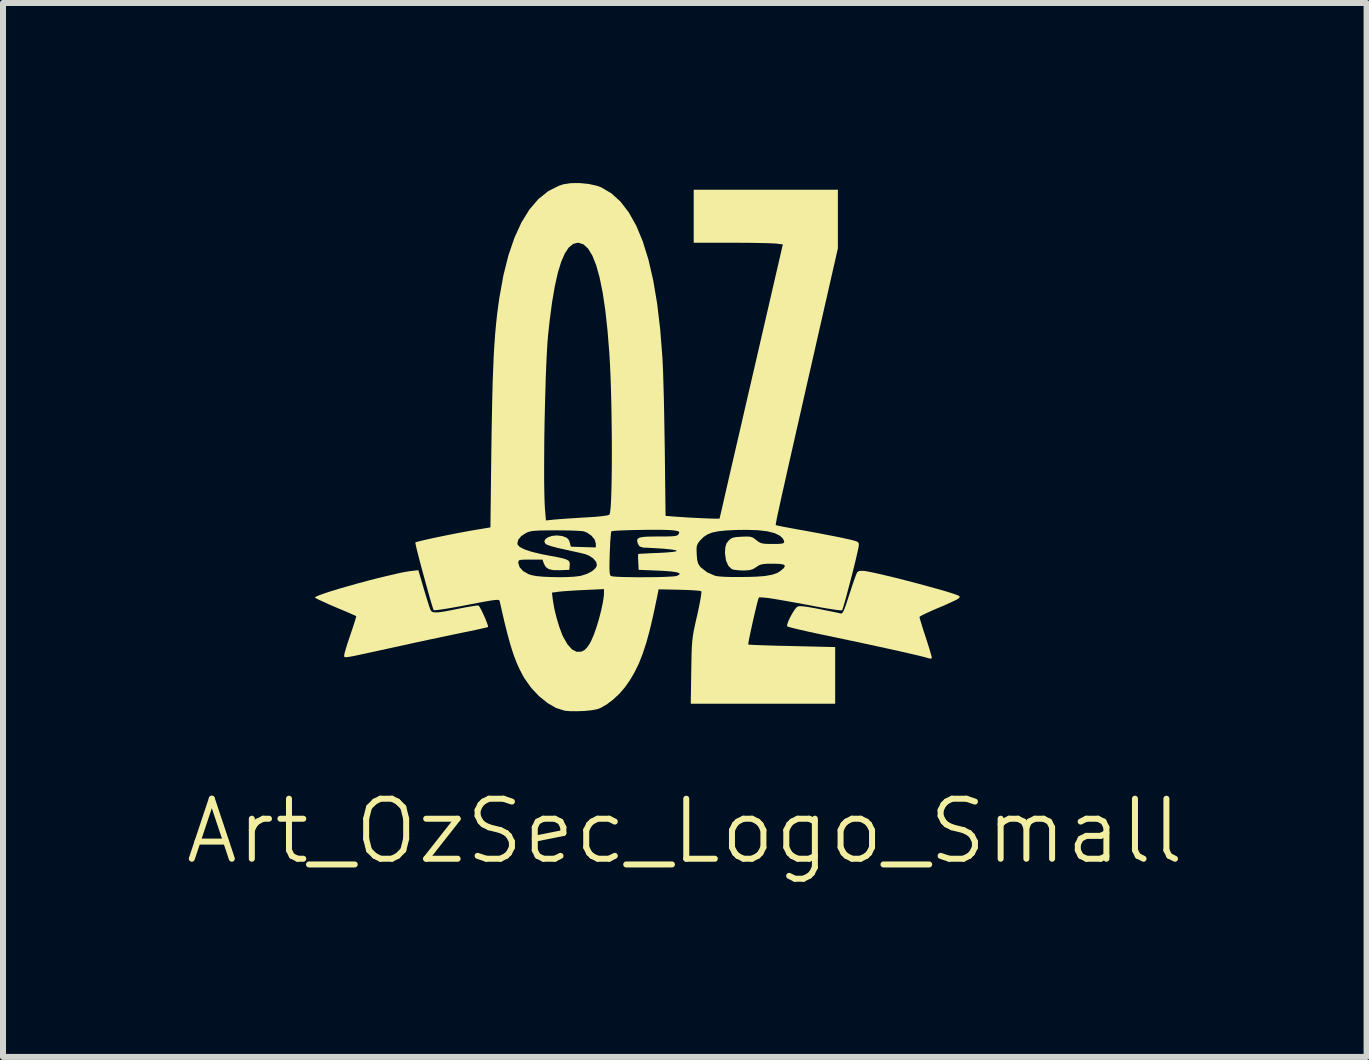
<source format=kicad_pcb>
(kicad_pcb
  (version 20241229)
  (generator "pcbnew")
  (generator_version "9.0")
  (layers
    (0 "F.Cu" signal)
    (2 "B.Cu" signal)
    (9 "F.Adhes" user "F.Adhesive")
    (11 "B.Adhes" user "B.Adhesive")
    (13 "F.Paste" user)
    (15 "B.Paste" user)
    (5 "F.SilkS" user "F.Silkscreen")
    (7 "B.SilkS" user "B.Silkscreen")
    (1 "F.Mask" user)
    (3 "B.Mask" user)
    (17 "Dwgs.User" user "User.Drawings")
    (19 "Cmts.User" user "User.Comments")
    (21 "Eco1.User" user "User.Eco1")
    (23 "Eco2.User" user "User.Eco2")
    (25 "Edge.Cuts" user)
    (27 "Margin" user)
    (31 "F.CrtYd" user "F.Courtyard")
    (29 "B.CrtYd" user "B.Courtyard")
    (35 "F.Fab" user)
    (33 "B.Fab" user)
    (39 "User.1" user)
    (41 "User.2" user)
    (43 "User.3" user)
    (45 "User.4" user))
  (footprint "Art_OzSec_Logo_Small"
    (layer "F.Cu")
    (at 8.28 5.43)
    (property "Reference" "Art_OzSec_Logo_Small" (at 0.08 5.37 0) (unlocked yes) (layer "F.SilkS") (effects (font (size 1 1) (thickness 0.1))))
    (attr smd)
    (fp_poly (pts (xy -4.271 1.323) (xy -4.237 1.437) (xy -4.205 1.54) (xy -4.179 1.621) (xy -4.162 1.67) (xy -4.16 1.676) (xy -4.144 1.702) (xy -4.119 1.718) (xy -4.078 1.724) (xy -4.016 1.721) (xy -3.926 1.708) (xy -3.802 1.685) (xy -3.691 1.662) (xy -3.577 1.64) (xy -3.479 1.623) (xy -3.404 1.611) (xy -3.363 1.608) (xy -3.358 1.608) (xy -3.34 1.631) (xy -3.311 1.682) (xy -3.278 1.752) (xy -3.244 1.827) (xy -3.217 1.895) (xy -3.2 1.946) (xy -3.199 1.967) (xy -3.222 1.974) (xy -3.284 1.988) (xy -3.376 2.009) (xy -3.493 2.034) (xy -3.627 2.061) (xy -3.659 2.068) (xy -3.805 2.098) (xy -3.983 2.136) (xy -4.183 2.178) (xy -4.394 2.223) (xy -4.603 2.269) (xy -4.79 2.31) (xy -5.001 2.356) (xy -5.171 2.393) (xy -5.305 2.422) (xy -5.408 2.444) (xy -5.483 2.459) (xy -5.535 2.467) (xy -5.568 2.47) (xy -5.587 2.468) (xy -5.594 2.461) (xy -5.596 2.452) (xy -5.595 2.439) (xy -5.595 2.436) (xy -5.588 2.399) (xy -5.568 2.329) (xy -5.539 2.235) (xy -5.502 2.125) (xy -5.491 2.092) (xy -5.454 1.983) (xy -5.424 1.891) (xy -5.404 1.824) (xy -5.395 1.788) (xy -5.395 1.785) (xy -5.417 1.775) (xy -5.474 1.75) (xy -5.558 1.713) (xy -5.663 1.669) (xy -5.736 1.638) (xy -5.851 1.589) (xy -5.949 1.544) (xy -6.026 1.509) (xy -6.072 1.484) (xy -6.083 1.477) (xy -6.068 1.462) (xy -6.014 1.438) (xy -5.928 1.407) (xy -5.815 1.37) (xy -5.681 1.329) (xy -5.531 1.286) (xy -5.371 1.241) (xy -5.208 1.197) (xy -5.045 1.155) (xy -4.89 1.117) (xy -4.748 1.084) (xy -4.625 1.057) (xy -4.526 1.04) (xy -4.489 1.035) (xy -4.36 1.02)) (stroke (width 0) (type solid)) (fill yes) (layer "F.SilkS"))
    (fp_poly (pts (xy 3.082 1.034) (xy 3.16 1.048) (xy 3.274 1.072) (xy 3.416 1.105) (xy 3.578 1.144) (xy 3.751 1.188) (xy 3.929 1.234) (xy 4.103 1.281) (xy 4.266 1.326) (xy 4.41 1.367) (xy 4.526 1.403) (xy 4.607 1.43) (xy 4.611 1.432) (xy 4.654 1.452) (xy 4.659 1.471) (xy 4.645 1.488) (xy 4.613 1.508) (xy 4.548 1.54) (xy 4.457 1.582) (xy 4.35 1.629) (xy 4.301 1.649) (xy 4.192 1.696) (xy 4.1 1.738) (xy 4.031 1.772) (xy 3.994 1.794) (xy 3.99 1.8) (xy 3.996 1.828) (xy 4.015 1.891) (xy 4.042 1.98) (xy 4.077 2.087) (xy 4.092 2.133) (xy 4.128 2.246) (xy 4.159 2.344) (xy 4.181 2.42) (xy 4.193 2.464) (xy 4.194 2.471) (xy 4.19 2.49) (xy 4.17 2.494) (xy 4.124 2.483) (xy 4.092 2.473) (xy 4.035 2.458) (xy 3.939 2.435) (xy 3.81 2.405) (xy 3.652 2.369) (xy 3.472 2.329) (xy 3.275 2.286) (xy 3.066 2.241) (xy 2.85 2.195) (xy 2.634 2.149) (xy 2.462 2.113) (xy 2.295 2.078) (xy 2.142 2.045) (xy 2.01 2.015) (xy 1.903 1.99) (xy 1.827 1.97) (xy 1.789 1.958) (xy 1.785 1.956) (xy 1.785 1.927) (xy 1.803 1.873) (xy 1.835 1.804) (xy 1.874 1.733) (xy 1.914 1.672) (xy 1.949 1.632) (xy 1.956 1.627) (xy 1.986 1.62) (xy 2.04 1.621) (xy 2.125 1.632) (xy 2.245 1.653) (xy 2.318 1.667) (xy 2.436 1.691) (xy 2.541 1.712) (xy 2.622 1.729) (xy 2.671 1.74) (xy 2.68 1.742) (xy 2.697 1.739) (xy 2.715 1.717) (xy 2.737 1.671) (xy 2.765 1.595) (xy 2.802 1.483) (xy 2.824 1.417) (xy 2.862 1.299) (xy 2.897 1.195) (xy 2.927 1.113) (xy 2.948 1.062) (xy 2.954 1.051) (xy 2.991 1.032) (xy 3.059 1.031)) (stroke (width 0) (type solid)) (fill yes) (layer "F.SilkS"))
    (fp_poly (pts (xy -1.52 -5.415) (xy -1.383 -5.384) (xy -1.312 -5.358) (xy -1.144 -5.259) (xy -0.991 -5.12) (xy -0.853 -4.94) (xy -0.729 -4.719) (xy -0.62 -4.457) (xy -0.526 -4.153) (xy -0.446 -3.807) (xy -0.381 -3.42) (xy -0.33 -2.99) (xy -0.293 -2.517) (xy -0.292 -2.498) (xy -0.287 -2.39) (xy -0.281 -2.244) (xy -0.276 -2.065) (xy -0.27 -1.862) (xy -0.265 -1.64) (xy -0.261 -1.407) (xy -0.257 -1.169) (xy -0.254 -0.988) (xy -0.241 0.115) (xy -0.08 0.128) (xy 0.027 0.135) (xy 0.146 0.143) (xy 0.27 0.149) (xy 0.389 0.155) (xy 0.496 0.159) (xy 0.582 0.162) (xy 0.639 0.162) (xy 0.659 0.16) (xy 0.664 0.138) (xy 0.679 0.074) (xy 0.703 -0.028) (xy 0.734 -0.166) (xy 0.773 -0.336) (xy 0.819 -0.536) (xy 0.871 -0.762) (xy 0.929 -1.012) (xy 0.992 -1.283) (xy 1.058 -1.571) (xy 1.128 -1.875) (xy 1.187 -2.128) (xy 1.713 -4.408) (xy 1.599 -4.422) (xy 1.547 -4.425) (xy 1.456 -4.429) (xy 1.334 -4.431) (xy 1.189 -4.434) (xy 1.027 -4.435) (xy 0.857 -4.436) (xy 0.228 -4.436) (xy 0.228 -4.878) (xy 0.228 -5.319) (xy 1.429 -5.319) (xy 2.63 -5.319) (xy 2.63 -4.83) (xy 2.63 -4.341) (xy 2.291 -2.853) (xy 2.191 -2.412) (xy 2.1 -2.014) (xy 2.019 -1.655) (xy 1.946 -1.334) (xy 1.882 -1.05) (xy 1.825 -0.8) (xy 1.776 -0.582) (xy 1.734 -0.394) (xy 1.698 -0.235) (xy 1.669 -0.101) (xy 1.645 0.008) (xy 1.626 0.095) (xy 1.612 0.162) (xy 1.603 0.211) (xy 1.597 0.244) (xy 1.594 0.263) (xy 1.595 0.269) (xy 1.619 0.275) (xy 1.68 0.288) (xy 1.772 0.306) (xy 1.888 0.327) (xy 2.022 0.352) (xy 2.043 0.355) (xy 2.2 0.384) (xy 2.362 0.414) (xy 2.515 0.444) (xy 2.648 0.47) (xy 2.732 0.488) (xy 2.84 0.512) (xy 2.911 0.53) (xy 2.953 0.545) (xy 2.973 0.562) (xy 2.979 0.584) (xy 2.979 0.608) (xy 2.972 0.648) (xy 2.956 0.722) (xy 2.933 0.823) (xy 2.904 0.943) (xy 2.871 1.074) (xy 2.836 1.209) (xy 2.801 1.341) (xy 2.769 1.462) (xy 2.74 1.564) (xy 2.718 1.64) (xy 2.703 1.682) (xy 2.7 1.688) (xy 2.674 1.689) (xy 2.61 1.682) (xy 2.515 1.668) (xy 2.396 1.649) (xy 2.26 1.624) (xy 2.209 1.614) (xy 1.957 1.567) (xy 1.745 1.529) (xy 1.575 1.5) (xy 1.446 1.481) (xy 1.36 1.473) (xy 1.318 1.474) (xy 1.314 1.476) (xy 1.304 1.502) (xy 1.287 1.562) (xy 1.266 1.649) (xy 1.241 1.754) (xy 1.215 1.867) (xy 1.19 1.98) (xy 1.168 2.084) (xy 1.15 2.172) (xy 1.139 2.232) (xy 1.137 2.259) (xy 1.137 2.259) (xy 1.162 2.261) (xy 1.225 2.265) (xy 1.324 2.269) (xy 1.451 2.273) (xy 1.601 2.278) (xy 1.77 2.282) (xy 1.866 2.284) (xy 2.585 2.301) (xy 2.585 2.773) (xy 2.585 3.245) (xy 1.382 3.245) (xy 0.179 3.245) (xy 0.187 2.707) (xy 0.19 2.536) (xy 0.193 2.401) (xy 0.197 2.293) (xy 0.204 2.202) (xy 0.214 2.118) (xy 0.228 2.033) (xy 0.248 1.938) (xy 0.274 1.822) (xy 0.284 1.779) (xy 0.312 1.652) (xy 0.334 1.54) (xy 0.349 1.451) (xy 0.357 1.392) (xy 0.355 1.371) (xy 0.328 1.364) (xy 0.263 1.358) (xy 0.17 1.352) (xy 0.056 1.348) (xy -0.009 1.346) (xy -0.357 1.339) (xy -0.383 1.471) (xy -0.444 1.76) (xy -0.502 2.01) (xy -0.561 2.226) (xy -0.622 2.412) (xy -0.686 2.575) (xy -0.757 2.72) (xy -0.835 2.853) (xy -0.918 2.971) (xy -1.009 3.077) (xy -1.115 3.176) (xy -1.225 3.259) (xy -1.327 3.317) (xy -1.376 3.335) (xy -1.468 3.353) (xy -1.586 3.365) (xy -1.714 3.37) (xy -1.834 3.369) (xy -1.929 3.36) (xy -1.929 3.359) (xy -2.067 3.315) (xy -2.209 3.232) (xy -2.349 3.119) (xy -2.479 2.981) (xy -2.59 2.825) (xy -2.617 2.779) (xy -2.673 2.671) (xy -2.725 2.556) (xy -2.774 2.426) (xy -2.822 2.276) (xy -2.871 2.1) (xy -2.923 1.894) (xy -2.979 1.65) (xy -3.001 1.553) (xy -3.004 1.537) (xy -3.01 1.524) (xy -3.022 1.517) (xy -3.047 1.514) (xy -3.088 1.517) (xy -3.151 1.526) (xy -3.241 1.541) (xy -3.363 1.564) (xy -3.521 1.594) (xy -3.635 1.616) (xy -3.773 1.641) (xy -3.895 1.662) (xy -3.995 1.677) (xy -4.066 1.686) (xy -4.101 1.687) (xy -4.104 1.686) (xy -4.114 1.661) (xy -4.134 1.599) (xy -4.161 1.508) (xy -4.193 1.395) (xy -4.193 1.394) (xy -2.134 1.394) (xy -2.12 1.51) (xy -2.096 1.653) (xy -2.058 1.811) (xy -2.011 1.967) (xy -1.961 2.1) (xy -1.95 2.124) (xy -1.877 2.253) (xy -1.801 2.339) (xy -1.723 2.38) (xy -1.643 2.377) (xy -1.589 2.349) (xy -1.549 2.308) (xy -1.505 2.244) (xy -1.485 2.207) (xy -1.439 2.104) (xy -1.393 1.974) (xy -1.35 1.832) (xy -1.313 1.688) (xy -1.285 1.555) (xy -1.269 1.445) (xy -1.267 1.405) (xy -1.267 1.335) (xy -1.592 1.35) (xy -1.719 1.356) (xy -1.84 1.364) (xy -1.942 1.371) (xy -2.014 1.378) (xy -2.025 1.379) (xy -2.134 1.394) (xy -4.193 1.394) (xy -4.228 1.268) (xy -4.265 1.133) (xy -4.302 0.997) (xy -4.336 0.868) (xy -4.366 0.753) (xy -4.39 0.658) (xy -4.405 0.591) (xy -4.407 0.578) (xy -2.71 0.578) (xy -2.707 0.592) (xy -2.672 0.632) (xy -2.593 0.673) (xy -2.473 0.713) (xy -2.312 0.752) (xy -2.179 0.778) (xy -2.046 0.802) (xy -1.952 0.823) (xy -1.891 0.842) (xy -1.855 0.864) (xy -1.839 0.891) (xy -1.837 0.925) (xy -1.838 0.941) (xy -1.845 1.014) (xy -1.997 1.02) (xy -2.11 1.019) (xy -2.188 1.002) (xy -2.238 0.966) (xy -2.268 0.91) (xy -2.291 0.844) (xy -2.493 0.844) (xy -2.589 0.844) (xy -2.648 0.847) (xy -2.68 0.855) (xy -2.692 0.871) (xy -2.695 0.896) (xy -2.695 0.899) (xy -2.673 0.97) (xy -2.614 1.035) (xy -2.523 1.086) (xy -2.479 1.101) (xy -2.401 1.117) (xy -2.29 1.128) (xy -2.158 1.134) (xy -2.018 1.137) (xy -1.881 1.135) (xy -1.759 1.128) (xy -1.665 1.116) (xy -1.654 1.114) (xy -1.551 1.082) (xy -1.465 1.037) (xy -1.406 0.984) (xy -1.405 0.982) (xy -1.176 0.982) (xy -1.173 1.05) (xy -1.167 1.091) (xy -1.157 1.113) (xy -1.151 1.117) (xy -1.118 1.124) (xy -1.047 1.13) (xy -0.947 1.134) (xy -0.826 1.136) (xy -0.692 1.138) (xy -0.552 1.137) (xy -0.415 1.136) (xy -0.289 1.133) (xy -0.181 1.128) (xy -0.101 1.123) (xy -0.055 1.116) (xy -0.053 1.115) (xy -0.009 1.092) (xy -0.009 1.072) (xy -0.052 1.055) (xy -0.14 1.042) (xy -0.272 1.032) (xy -0.366 1.027) (xy -0.689 1.014) (xy -0.696 0.883) (xy -0.699 0.813) (xy -0.698 0.764) (xy -0.696 0.75) (xy -0.672 0.747) (xy -0.611 0.744) (xy -0.522 0.739) (xy -0.412 0.734) (xy -0.372 0.733) (xy -0.226 0.725) (xy -0.124 0.716) (xy -0.067 0.706) (xy -0.053 0.696) (xy -0.082 0.685) (xy -0.153 0.674) (xy -0.205 0.669) (xy 0.275 0.669) (xy 0.278 0.753) (xy 0.278 0.756) (xy 0.286 0.848) (xy 0.302 0.909) (xy 0.329 0.954) (xy 0.342 0.969) (xy 0.448 1.053) (xy 0.578 1.111) (xy 0.602 1.117) (xy 0.663 1.125) (xy 0.758 1.131) (xy 0.877 1.134) (xy 1.009 1.134) (xy 1.144 1.132) (xy 1.271 1.128) (xy 1.379 1.12) (xy 1.427 1.115) (xy 1.541 1.094) (xy 1.623 1.065) (xy 1.67 1.035) (xy 1.728 0.986) (xy 1.748 0.951) (xy 1.731 0.929) (xy 1.673 0.916) (xy 1.572 0.912) (xy 1.547 0.912) (xy 1.447 0.913) (xy 1.379 0.919) (xy 1.33 0.932) (xy 1.289 0.955) (xy 1.271 0.968) (xy 1.216 1.002) (xy 1.157 1.019) (xy 1.075 1.025) (xy 1.049 1.025) (xy 0.966 1.021) (xy 0.897 1.012) (xy 0.862 1.002) (xy 0.805 0.947) (xy 0.766 0.858) (xy 0.75 0.743) (xy 0.749 0.721) (xy 0.755 0.636) (xy 0.773 0.577) (xy 0.804 0.534) (xy 0.837 0.501) (xy 0.874 0.481) (xy 0.929 0.469) (xy 1.015 0.463) (xy 1.026 0.462) (xy 1.114 0.459) (xy 1.172 0.463) (xy 1.214 0.477) (xy 1.254 0.505) (xy 1.27 0.518) (xy 1.312 0.55) (xy 1.351 0.569) (xy 1.402 0.579) (xy 1.477 0.583) (xy 1.541 0.583) (xy 1.635 0.582) (xy 1.693 0.578) (xy 1.723 0.569) (xy 1.734 0.553) (xy 1.735 0.539) (xy 1.717 0.497) (xy 1.672 0.452) (xy 1.661 0.444) (xy 1.574 0.402) (xy 1.454 0.372) (xy 1.3 0.354) (xy 1.106 0.348) (xy 0.942 0.35) (xy 0.771 0.358) (xy 0.638 0.372) (xy 0.535 0.393) (xy 0.455 0.425) (xy 0.39 0.469) (xy 0.332 0.528) (xy 0.332 0.528) (xy 0.298 0.573) (xy 0.28 0.615) (xy 0.275 0.669) (xy -0.205 0.669) (xy -0.267 0.663) (xy -0.421 0.653) (xy -0.616 0.643) (xy -0.616 0.643) (xy -0.672 0.625) (xy -0.702 0.58) (xy -0.714 0.536) (xy -0.711 0.504) (xy -0.685 0.482) (xy -0.632 0.468) (xy -0.546 0.461) (xy -0.423 0.459) (xy -0.359 0.458) (xy -0.233 0.458) (xy -0.145 0.456) (xy -0.087 0.451) (xy -0.052 0.443) (xy -0.032 0.43) (xy -0.022 0.415) (xy -0.012 0.389) (xy -0.025 0.374) (xy -0.067 0.363) (xy -0.123 0.355) (xy -0.184 0.351) (xy -0.275 0.348) (xy -0.389 0.347) (xy -0.516 0.347) (xy -0.651 0.349) (xy -0.783 0.351) (xy -0.906 0.355) (xy -1.011 0.359) (xy -1.09 0.364) (xy -1.136 0.37) (xy -1.144 0.373) (xy -1.15 0.4) (xy -1.156 0.464) (xy -1.163 0.557) (xy -1.168 0.671) (xy -1.171 0.743) (xy -1.175 0.882) (xy -1.176 0.982) (xy -1.405 0.982) (xy -1.385 0.94) (xy -1.397 0.882) (xy -1.445 0.825) (xy -1.517 0.777) (xy -1.576 0.754) (xy -1.633 0.739) (xy -1.722 0.719) (xy -1.83 0.695) (xy -1.935 0.672) (xy -2.043 0.648) (xy -2.137 0.623) (xy -2.206 0.6) (xy -2.241 0.582) (xy -2.261 0.541) (xy -2.244 0.503) (xy -2.198 0.471) (xy -2.132 0.449) (xy -2.053 0.441) (xy -1.969 0.45) (xy -1.947 0.456) (xy -1.884 0.482) (xy -1.851 0.519) (xy -1.838 0.555) (xy -1.819 0.628) (xy -1.611 0.635) (xy -1.403 0.641) (xy -1.403 0.575) (xy -1.423 0.509) (xy -1.476 0.445) (xy -1.551 0.394) (xy -1.603 0.373) (xy -1.645 0.368) (xy -1.723 0.363) (xy -1.83 0.359) (xy -1.956 0.357) (xy -2.071 0.356) (xy -2.222 0.357) (xy -2.334 0.359) (xy -2.416 0.363) (xy -2.476 0.37) (xy -2.521 0.381) (xy -2.558 0.396) (xy -2.566 0.4) (xy -2.648 0.454) (xy -2.697 0.516) (xy -2.71 0.578) (xy -4.407 0.578) (xy -4.411 0.559) (xy -4.41 0.558) (xy -4.383 0.548) (xy -4.32 0.532) (xy -4.226 0.51) (xy -4.11 0.484) (xy -3.98 0.457) (xy -3.842 0.429) (xy -3.705 0.402) (xy -3.575 0.378) (xy -3.465 0.358) (xy -3.159 0.307) (xy -3.147 -0.693) (xy -2.264 -0.693) (xy -2.264 -0.476) (xy -2.261 -0.284) (xy -2.257 -0.125) (xy -2.251 -0.003) (xy -2.249 0.015) (xy -2.234 0.191) (xy -2.096 0.177) (xy -2.026 0.171) (xy -1.922 0.163) (xy -1.795 0.155) (xy -1.657 0.146) (xy -1.575 0.141) (xy -1.413 0.131) (xy -1.292 0.119) (xy -1.212 0.107) (xy -1.176 0.095) (xy -1.175 0.093) (xy -1.165 0.054) (xy -1.156 -0.026) (xy -1.149 -0.141) (xy -1.144 -0.287) (xy -1.14 -0.46) (xy -1.137 -0.654) (xy -1.136 -0.865) (xy -1.136 -1.088) (xy -1.138 -1.318) (xy -1.141 -1.551) (xy -1.145 -1.782) (xy -1.151 -2.005) (xy -1.158 -2.217) (xy -1.167 -2.412) (xy -1.177 -2.585) (xy -1.177 -2.589) (xy -1.208 -2.973) (xy -1.245 -3.312) (xy -1.289 -3.607) (xy -1.34 -3.856) (xy -1.397 -4.061) (xy -1.461 -4.222) (xy -1.532 -4.338) (xy -1.609 -4.409) (xy -1.693 -4.436) (xy -1.702 -4.436) (xy -1.78 -4.416) (xy -1.853 -4.357) (xy -1.919 -4.258) (xy -1.98 -4.117) (xy -2.036 -3.935) (xy -2.086 -3.711) (xy -2.132 -3.443) (xy -2.173 -3.131) (xy -2.196 -2.918) (xy -2.208 -2.783) (xy -2.218 -2.612) (xy -2.228 -2.412) (xy -2.237 -2.188) (xy -2.244 -1.946) (xy -2.251 -1.694) (xy -2.257 -1.436) (xy -2.261 -1.179) (xy -2.263 -0.929) (xy -2.264 -0.693) (xy -3.147 -0.693) (xy -3.145 -0.858) (xy -3.14 -1.233) (xy -3.134 -1.566) (xy -3.128 -1.863) (xy -3.121 -2.127) (xy -3.112 -2.362) (xy -3.103 -2.573) (xy -3.091 -2.763) (xy -3.078 -2.938) (xy -3.063 -3.101) (xy -3.046 -3.256) (xy -3.026 -3.407) (xy -3.01 -3.518) (xy -2.943 -3.891) (xy -2.859 -4.226) (xy -2.758 -4.521) (xy -2.641 -4.776) (xy -2.508 -4.991) (xy -2.359 -5.164) (xy -2.195 -5.296) (xy -2.016 -5.386) (xy -1.941 -5.41) (xy -1.817 -5.429) (xy -1.671 -5.43)) (stroke (width 0) (type solid)) (fill yes) (layer "F.SilkS")))
  (gr_rect
    (start -3 -3)
    (end 19.719 14.56)
    (stroke (width 0.1) (type default))
    (fill no)
    (layer "Edge.Cuts")))
</source>
